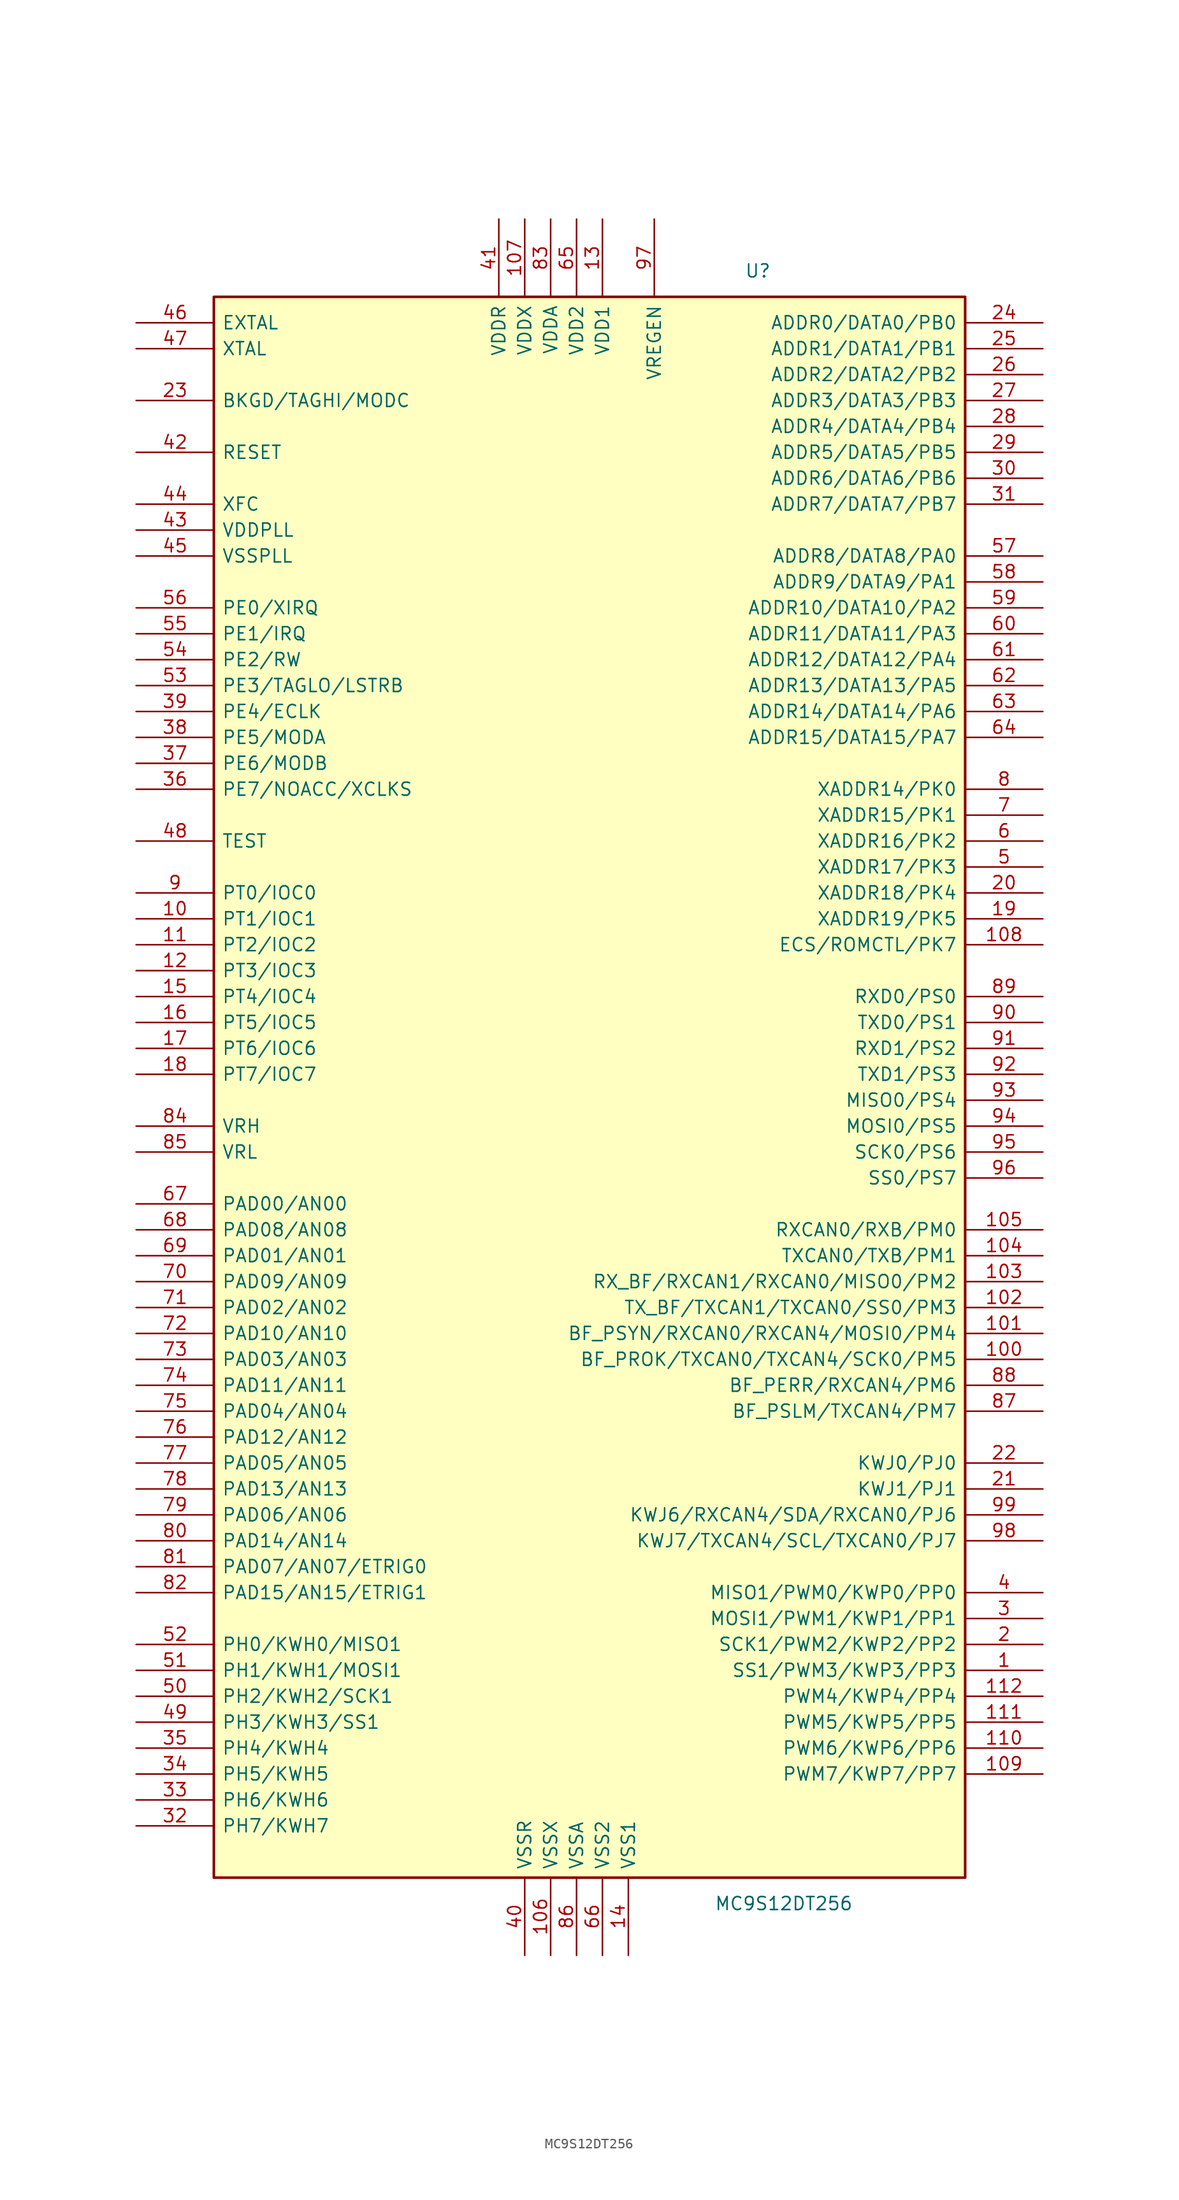
<source format=kicad_sym>
(kicad_symbol_lib
  (version 20211014)
  (generator kicad_symbol_editor)
  (symbol "MC9S12DT256"
    (pin_names
      (offset 0.762))
    (property "Reference" "U"
      (at 17.78 86.36 0)
      (effects (font (size 1.27 1.27))))
    (property "Value" "MC9S12DT256"
      (at 20.32 -73.66 0)
      (effects (font (size 1.27 1.27))))
    (symbol "MC9S12DT256_0_1"
      (rectangle (start -35.56 83.82) (end 38.1 -71.12) (stroke (width 0.254) (type default) (color 0 0 0 0)) (fill (type background))))
    (symbol "MC9S12DT256_1_1"
      (pin bidirectional line (at 45.72 -50.8 180) (length 7.62) (name "SS1/PWM3/KWP3/PP3" (effects (font (size 1.27 1.27)))) (number "1" (effects (font (size 1.27 1.27)))))
      (pin bidirectional line (at -43.18 22.86 0) (length 7.62) (name "PT1/IOC1" (effects (font (size 1.27 1.27)))) (number "10" (effects (font (size 1.27 1.27)))))
      (pin bidirectional line (at 45.72 -20.32 180) (length 7.62) (name "BF_PROK/TXCAN0/TXCAN4/SCK0/PM5" (effects (font (size 1.27 1.27)))) (number "100" (effects (font (size 1.27 1.27)))))
      (pin bidirectional line (at 45.72 -17.78 180) (length 7.62) (name "BF_PSYN/RXCAN0/RXCAN4/MOSI0/PM4" (effects (font (size 1.27 1.27)))) (number "101" (effects (font (size 1.27 1.27)))))
      (pin bidirectional line (at 45.72 -15.24 180) (length 7.62) (name "TX_BF/TXCAN1/TXCAN0/SS0/PM3" (effects (font (size 1.27 1.27)))) (number "102" (effects (font (size 1.27 1.27)))))
      (pin bidirectional line (at 45.72 -12.7 180) (length 7.62) (name "RX_BF/RXCAN1/RXCAN0/MISO0/PM2" (effects (font (size 1.27 1.27)))) (number "103" (effects (font (size 1.27 1.27)))))
      (pin bidirectional line (at 45.72 -10.16 180) (length 7.62) (name "TXCAN0/TXB/PM1" (effects (font (size 1.27 1.27)))) (number "104" (effects (font (size 1.27 1.27)))))
      (pin bidirectional line (at 45.72 -7.62 180) (length 7.62) (name "RXCAN0/RXB/PM0" (effects (font (size 1.27 1.27)))) (number "105" (effects (font (size 1.27 1.27)))))
      (pin power_in line (at -2.54 -78.74 90) (length 7.62) (name "VSSX" (effects (font (size 1.27 1.27)))) (number "106" (effects (font (size 1.27 1.27)))))
      (pin power_in line (at -5.08 91.44 270) (length 7.62) (name "VDDX" (effects (font (size 1.27 1.27)))) (number "107" (effects (font (size 1.27 1.27)))))
      (pin bidirectional line (at 45.72 20.32 180) (length 7.62) (name "ECS/ROMCTL/PK7" (effects (font (size 1.27 1.27)))) (number "108" (effects (font (size 1.27 1.27)))))
      (pin bidirectional line (at 45.72 -60.96 180) (length 7.62) (name "PWM7/KWP7/PP7" (effects (font (size 1.27 1.27)))) (number "109" (effects (font (size 1.27 1.27)))))
      (pin bidirectional line (at -43.18 20.32 0) (length 7.62) (name "PT2/IOC2" (effects (font (size 1.27 1.27)))) (number "11" (effects (font (size 1.27 1.27)))))
      (pin bidirectional line (at 45.72 -58.42 180) (length 7.62) (name "PWM6/KWP6/PP6" (effects (font (size 1.27 1.27)))) (number "110" (effects (font (size 1.27 1.27)))))
      (pin bidirectional line (at 45.72 -55.88 180) (length 7.62) (name "PWM5/KWP5/PP5" (effects (font (size 1.27 1.27)))) (number "111" (effects (font (size 1.27 1.27)))))
      (pin bidirectional line (at 45.72 -53.34 180) (length 7.62) (name "PWM4/KWP4/PP4" (effects (font (size 1.27 1.27)))) (number "112" (effects (font (size 1.27 1.27)))))
      (pin bidirectional line (at -43.18 17.78 0) (length 7.62) (name "PT3/IOC3" (effects (font (size 1.27 1.27)))) (number "12" (effects (font (size 1.27 1.27)))))
      (pin power_in line (at 2.54 91.44 270) (length 7.62) (name "VDD1" (effects (font (size 1.27 1.27)))) (number "13" (effects (font (size 1.27 1.27)))))
      (pin power_in line (at 5.08 -78.74 90) (length 7.62) (name "VSS1" (effects (font (size 1.27 1.27)))) (number "14" (effects (font (size 1.27 1.27)))))
      (pin bidirectional line (at -43.18 15.24 0) (length 7.62) (name "PT4/IOC4" (effects (font (size 1.27 1.27)))) (number "15" (effects (font (size 1.27 1.27)))))
      (pin bidirectional line (at -43.18 12.7 0) (length 7.62) (name "PT5/IOC5" (effects (font (size 1.27 1.27)))) (number "16" (effects (font (size 1.27 1.27)))))
      (pin bidirectional line (at -43.18 10.16 0) (length 7.62) (name "PT6/IOC6" (effects (font (size 1.27 1.27)))) (number "17" (effects (font (size 1.27 1.27)))))
      (pin bidirectional line (at -43.18 7.62 0) (length 7.62) (name "PT7/IOC7" (effects (font (size 1.27 1.27)))) (number "18" (effects (font (size 1.27 1.27)))))
      (pin bidirectional line (at 45.72 22.86 180) (length 7.62) (name "XADDR19/PK5" (effects (font (size 1.27 1.27)))) (number "19" (effects (font (size 1.27 1.27)))))
      (pin bidirectional line (at 45.72 -48.26 180) (length 7.62) (name "SCK1/PWM2/KWP2/PP2" (effects (font (size 1.27 1.27)))) (number "2" (effects (font (size 1.27 1.27)))))
      (pin bidirectional line (at 45.72 25.4 180) (length 7.62) (name "XADDR18/PK4" (effects (font (size 1.27 1.27)))) (number "20" (effects (font (size 1.27 1.27)))))
      (pin bidirectional line (at 45.72 -33.02 180) (length 7.62) (name "KWJ1/PJ1" (effects (font (size 1.27 1.27)))) (number "21" (effects (font (size 1.27 1.27)))))
      (pin bidirectional line (at 45.72 -30.48 180) (length 7.62) (name "KWJ0/PJ0" (effects (font (size 1.27 1.27)))) (number "22" (effects (font (size 1.27 1.27)))))
      (pin bidirectional line (at -43.18 73.66 0) (length 7.62) (name "BKGD/TAGHI/MODC" (effects (font (size 1.27 1.27)))) (number "23" (effects (font (size 1.27 1.27)))))
      (pin bidirectional line (at 45.72 81.28 180) (length 7.62) (name "ADDR0/DATA0/PB0" (effects (font (size 1.27 1.27)))) (number "24" (effects (font (size 1.27 1.27)))))
      (pin bidirectional line (at 45.72 78.74 180) (length 7.62) (name "ADDR1/DATA1/PB1" (effects (font (size 1.27 1.27)))) (number "25" (effects (font (size 1.27 1.27)))))
      (pin bidirectional line (at 45.72 76.2 180) (length 7.62) (name "ADDR2/DATA2/PB2" (effects (font (size 1.27 1.27)))) (number "26" (effects (font (size 1.27 1.27)))))
      (pin bidirectional line (at 45.72 73.66 180) (length 7.62) (name "ADDR3/DATA3/PB3" (effects (font (size 1.27 1.27)))) (number "27" (effects (font (size 1.27 1.27)))))
      (pin bidirectional line (at 45.72 71.12 180) (length 7.62) (name "ADDR4/DATA4/PB4" (effects (font (size 1.27 1.27)))) (number "28" (effects (font (size 1.27 1.27)))))
      (pin bidirectional line (at 45.72 68.58 180) (length 7.62) (name "ADDR5/DATA5/PB5" (effects (font (size 1.27 1.27)))) (number "29" (effects (font (size 1.27 1.27)))))
      (pin bidirectional line (at 45.72 -45.72 180) (length 7.62) (name "MOSI1/PWM1/KWP1/PP1" (effects (font (size 1.27 1.27)))) (number "3" (effects (font (size 1.27 1.27)))))
      (pin bidirectional line (at 45.72 66.04 180) (length 7.62) (name "ADDR6/DATA6/PB6" (effects (font (size 1.27 1.27)))) (number "30" (effects (font (size 1.27 1.27)))))
      (pin bidirectional line (at 45.72 63.5 180) (length 7.62) (name "ADDR7/DATA7/PB7" (effects (font (size 1.27 1.27)))) (number "31" (effects (font (size 1.27 1.27)))))
      (pin bidirectional line (at -43.18 -66.04 0) (length 7.62) (name "PH7/KWH7" (effects (font (size 1.27 1.27)))) (number "32" (effects (font (size 1.27 1.27)))))
      (pin bidirectional line (at -43.18 -63.5 0) (length 7.62) (name "PH6/KWH6" (effects (font (size 1.27 1.27)))) (number "33" (effects (font (size 1.27 1.27)))))
      (pin bidirectional line (at -43.18 -60.96 0) (length 7.62) (name "PH5/KWH5" (effects (font (size 1.27 1.27)))) (number "34" (effects (font (size 1.27 1.27)))))
      (pin bidirectional line (at -43.18 -58.42 0) (length 7.62) (name "PH4/KWH4" (effects (font (size 1.27 1.27)))) (number "35" (effects (font (size 1.27 1.27)))))
      (pin bidirectional line (at -43.18 35.56 0) (length 7.62) (name "PE7/NOACC/XCLKS" (effects (font (size 1.27 1.27)))) (number "36" (effects (font (size 1.27 1.27)))))
      (pin bidirectional line (at -43.18 38.1 0) (length 7.62) (name "PE6/MODB" (effects (font (size 1.27 1.27)))) (number "37" (effects (font (size 1.27 1.27)))))
      (pin bidirectional line (at -43.18 40.64 0) (length 7.62) (name "PE5/MODA" (effects (font (size 1.27 1.27)))) (number "38" (effects (font (size 1.27 1.27)))))
      (pin bidirectional line (at -43.18 43.18 0) (length 7.62) (name "PE4/ECLK" (effects (font (size 1.27 1.27)))) (number "39" (effects (font (size 1.27 1.27)))))
      (pin bidirectional line (at 45.72 -43.18 180) (length 7.62) (name "MISO1/PWM0/KWP0/PP0" (effects (font (size 1.27 1.27)))) (number "4" (effects (font (size 1.27 1.27)))))
      (pin power_in line (at -5.08 -78.74 90) (length 7.62) (name "VSSR" (effects (font (size 1.27 1.27)))) (number "40" (effects (font (size 1.27 1.27)))))
      (pin power_in line (at -7.62 91.44 270) (length 7.62) (name "VDDR" (effects (font (size 1.27 1.27)))) (number "41" (effects (font (size 1.27 1.27)))))
      (pin bidirectional line (at -43.18 68.58 0) (length 7.62) (name "RESET" (effects (font (size 1.27 1.27)))) (number "42" (effects (font (size 1.27 1.27)))))
      (pin power_in line (at -43.18 60.96 0) (length 7.62) (name "VDDPLL" (effects (font (size 1.27 1.27)))) (number "43" (effects (font (size 1.27 1.27)))))
      (pin bidirectional line (at -43.18 63.5 0) (length 7.62) (name "XFC" (effects (font (size 1.27 1.27)))) (number "44" (effects (font (size 1.27 1.27)))))
      (pin bidirectional line (at -43.18 58.42 0) (length 7.62) (name "VSSPLL" (effects (font (size 1.27 1.27)))) (number "45" (effects (font (size 1.27 1.27)))))
      (pin input line (at -43.18 81.28 0) (length 7.62) (name "EXTAL" (effects (font (size 1.27 1.27)))) (number "46" (effects (font (size 1.27 1.27)))))
      (pin output line (at -43.18 78.74 0) (length 7.62) (name "XTAL" (effects (font (size 1.27 1.27)))) (number "47" (effects (font (size 1.27 1.27)))))
      (pin input line (at -43.18 30.48 0) (length 7.62) (name "TEST" (effects (font (size 1.27 1.27)))) (number "48" (effects (font (size 1.27 1.27)))))
      (pin bidirectional line (at -43.18 -55.88 0) (length 7.62) (name "PH3/KWH3/SS1" (effects (font (size 1.27 1.27)))) (number "49" (effects (font (size 1.27 1.27)))))
      (pin bidirectional line (at 45.72 27.94 180) (length 7.62) (name "XADDR17/PK3" (effects (font (size 1.27 1.27)))) (number "5" (effects (font (size 1.27 1.27)))))
      (pin bidirectional line (at -43.18 -53.34 0) (length 7.62) (name "PH2/KWH2/SCK1" (effects (font (size 1.27 1.27)))) (number "50" (effects (font (size 1.27 1.27)))))
      (pin bidirectional line (at -43.18 -50.8 0) (length 7.62) (name "PH1/KWH1/MOSI1" (effects (font (size 1.27 1.27)))) (number "51" (effects (font (size 1.27 1.27)))))
      (pin bidirectional line (at -43.18 -48.26 0) (length 7.62) (name "PH0/KWH0/MISO1" (effects (font (size 1.27 1.27)))) (number "52" (effects (font (size 1.27 1.27)))))
      (pin bidirectional line (at -43.18 45.72 0) (length 7.62) (name "PE3/TAGLO/LSTRB" (effects (font (size 1.27 1.27)))) (number "53" (effects (font (size 1.27 1.27)))))
      (pin bidirectional line (at -43.18 48.26 0) (length 7.62) (name "PE2/RW" (effects (font (size 1.27 1.27)))) (number "54" (effects (font (size 1.27 1.27)))))
      (pin input line (at -43.18 50.8 0) (length 7.62) (name "PE1/IRQ" (effects (font (size 1.27 1.27)))) (number "55" (effects (font (size 1.27 1.27)))))
      (pin input line (at -43.18 53.34 0) (length 7.62) (name "PE0/XIRQ" (effects (font (size 1.27 1.27)))) (number "56" (effects (font (size 1.27 1.27)))))
      (pin bidirectional line (at 45.72 58.42 180) (length 7.62) (name "ADDR8/DATA8/PA0" (effects (font (size 1.27 1.27)))) (number "57" (effects (font (size 1.27 1.27)))))
      (pin bidirectional line (at 45.72 55.88 180) (length 7.62) (name "ADDR9/DATA9/PA1" (effects (font (size 1.27 1.27)))) (number "58" (effects (font (size 1.27 1.27)))))
      (pin bidirectional line (at 45.72 53.34 180) (length 7.62) (name "ADDR10/DATA10/PA2" (effects (font (size 1.27 1.27)))) (number "59" (effects (font (size 1.27 1.27)))))
      (pin bidirectional line (at 45.72 30.48 180) (length 7.62) (name "XADDR16/PK2" (effects (font (size 1.27 1.27)))) (number "6" (effects (font (size 1.27 1.27)))))
      (pin bidirectional line (at 45.72 50.8 180) (length 7.62) (name "ADDR11/DATA11/PA3" (effects (font (size 1.27 1.27)))) (number "60" (effects (font (size 1.27 1.27)))))
      (pin bidirectional line (at 45.72 48.26 180) (length 7.62) (name "ADDR12/DATA12/PA4" (effects (font (size 1.27 1.27)))) (number "61" (effects (font (size 1.27 1.27)))))
      (pin bidirectional line (at 45.72 45.72 180) (length 7.62) (name "ADDR13/DATA13/PA5" (effects (font (size 1.27 1.27)))) (number "62" (effects (font (size 1.27 1.27)))))
      (pin bidirectional line (at 45.72 43.18 180) (length 7.62) (name "ADDR14/DATA14/PA6" (effects (font (size 1.27 1.27)))) (number "63" (effects (font (size 1.27 1.27)))))
      (pin bidirectional line (at 45.72 40.64 180) (length 7.62) (name "ADDR15/DATA15/PA7" (effects (font (size 1.27 1.27)))) (number "64" (effects (font (size 1.27 1.27)))))
      (pin power_in line (at 0 91.44 270) (length 7.62) (name "VDD2" (effects (font (size 1.27 1.27)))) (number "65" (effects (font (size 1.27 1.27)))))
      (pin power_in line (at 2.54 -78.74 90) (length 7.62) (name "VSS2" (effects (font (size 1.27 1.27)))) (number "66" (effects (font (size 1.27 1.27)))))
      (pin input line (at -43.18 -5.08 0) (length 7.62) (name "PAD00/AN00" (effects (font (size 1.27 1.27)))) (number "67" (effects (font (size 1.27 1.27)))))
      (pin input line (at -43.18 -7.62 0) (length 7.62) (name "PAD08/AN08" (effects (font (size 1.27 1.27)))) (number "68" (effects (font (size 1.27 1.27)))))
      (pin input line (at -43.18 -10.16 0) (length 7.62) (name "PAD01/AN01" (effects (font (size 1.27 1.27)))) (number "69" (effects (font (size 1.27 1.27)))))
      (pin bidirectional line (at 45.72 33.02 180) (length 7.62) (name "XADDR15/PK1" (effects (font (size 1.27 1.27)))) (number "7" (effects (font (size 1.27 1.27)))))
      (pin input line (at -43.18 -12.7 0) (length 7.62) (name "PAD09/AN09" (effects (font (size 1.27 1.27)))) (number "70" (effects (font (size 1.27 1.27)))))
      (pin input line (at -43.18 -15.24 0) (length 7.62) (name "PAD02/AN02" (effects (font (size 1.27 1.27)))) (number "71" (effects (font (size 1.27 1.27)))))
      (pin input line (at -43.18 -17.78 0) (length 7.62) (name "PAD10/AN10" (effects (font (size 1.27 1.27)))) (number "72" (effects (font (size 1.27 1.27)))))
      (pin input line (at -43.18 -20.32 0) (length 7.62) (name "PAD03/AN03" (effects (font (size 1.27 1.27)))) (number "73" (effects (font (size 1.27 1.27)))))
      (pin input line (at -43.18 -22.86 0) (length 7.62) (name "PAD11/AN11" (effects (font (size 1.27 1.27)))) (number "74" (effects (font (size 1.27 1.27)))))
      (pin input line (at -43.18 -25.4 0) (length 7.62) (name "PAD04/AN04" (effects (font (size 1.27 1.27)))) (number "75" (effects (font (size 1.27 1.27)))))
      (pin input line (at -43.18 -27.94 0) (length 7.62) (name "PAD12/AN12" (effects (font (size 1.27 1.27)))) (number "76" (effects (font (size 1.27 1.27)))))
      (pin input line (at -43.18 -30.48 0) (length 7.62) (name "PAD05/AN05" (effects (font (size 1.27 1.27)))) (number "77" (effects (font (size 1.27 1.27)))))
      (pin input line (at -43.18 -33.02 0) (length 7.62) (name "PAD13/AN13" (effects (font (size 1.27 1.27)))) (number "78" (effects (font (size 1.27 1.27)))))
      (pin input line (at -43.18 -35.56 0) (length 7.62) (name "PAD06/AN06" (effects (font (size 1.27 1.27)))) (number "79" (effects (font (size 1.27 1.27)))))
      (pin bidirectional line (at 45.72 35.56 180) (length 7.62) (name "XADDR14/PK0" (effects (font (size 1.27 1.27)))) (number "8" (effects (font (size 1.27 1.27)))))
      (pin input line (at -43.18 -38.1 0) (length 7.62) (name "PAD14/AN14" (effects (font (size 1.27 1.27)))) (number "80" (effects (font (size 1.27 1.27)))))
      (pin input line (at -43.18 -40.64 0) (length 7.62) (name "PAD07/AN07/ETRIG0" (effects (font (size 1.27 1.27)))) (number "81" (effects (font (size 1.27 1.27)))))
      (pin input line (at -43.18 -43.18 0) (length 7.62) (name "PAD15/AN15/ETRIG1" (effects (font (size 1.27 1.27)))) (number "82" (effects (font (size 1.27 1.27)))))
      (pin power_in line (at -2.54 91.44 270) (length 7.62) (name "VDDA" (effects (font (size 1.27 1.27)))) (number "83" (effects (font (size 1.27 1.27)))))
      (pin passive line (at -43.18 2.54 0) (length 7.62) (name "VRH" (effects (font (size 1.27 1.27)))) (number "84" (effects (font (size 1.27 1.27)))))
      (pin passive line (at -43.18 0 0) (length 7.62) (name "VRL" (effects (font (size 1.27 1.27)))) (number "85" (effects (font (size 1.27 1.27)))))
      (pin power_in line (at 0 -78.74 90) (length 7.62) (name "VSSA" (effects (font (size 1.27 1.27)))) (number "86" (effects (font (size 1.27 1.27)))))
      (pin bidirectional line (at 45.72 -25.4 180) (length 7.62) (name "BF_PSLM/TXCAN4/PM7" (effects (font (size 1.27 1.27)))) (number "87" (effects (font (size 1.27 1.27)))))
      (pin bidirectional line (at 45.72 -22.86 180) (length 7.62) (name "BF_PERR/RXCAN4/PM6" (effects (font (size 1.27 1.27)))) (number "88" (effects (font (size 1.27 1.27)))))
      (pin bidirectional line (at 45.72 15.24 180) (length 7.62) (name "RXD0/PS0" (effects (font (size 1.27 1.27)))) (number "89" (effects (font (size 1.27 1.27)))))
      (pin bidirectional line (at -43.18 25.4 0) (length 7.62) (name "PT0/IOC0" (effects (font (size 1.27 1.27)))) (number "9" (effects (font (size 1.27 1.27)))))
      (pin bidirectional line (at 45.72 12.7 180) (length 7.62) (name "TXD0/PS1" (effects (font (size 1.27 1.27)))) (number "90" (effects (font (size 1.27 1.27)))))
      (pin bidirectional line (at 45.72 10.16 180) (length 7.62) (name "RXD1/PS2" (effects (font (size 1.27 1.27)))) (number "91" (effects (font (size 1.27 1.27)))))
      (pin bidirectional line (at 45.72 7.62 180) (length 7.62) (name "TXD1/PS3" (effects (font (size 1.27 1.27)))) (number "92" (effects (font (size 1.27 1.27)))))
      (pin bidirectional line (at 45.72 5.08 180) (length 7.62) (name "MISO0/PS4" (effects (font (size 1.27 1.27)))) (number "93" (effects (font (size 1.27 1.27)))))
      (pin bidirectional line (at 45.72 2.54 180) (length 7.62) (name "MOSI0/PS5" (effects (font (size 1.27 1.27)))) (number "94" (effects (font (size 1.27 1.27)))))
      (pin bidirectional line (at 45.72 0 180) (length 7.62) (name "SCK0/PS6" (effects (font (size 1.27 1.27)))) (number "95" (effects (font (size 1.27 1.27)))))
      (pin bidirectional line (at 45.72 -2.54 180) (length 7.62) (name "SS0/PS7" (effects (font (size 1.27 1.27)))) (number "96" (effects (font (size 1.27 1.27)))))
      (pin input line (at 7.62 91.44 270) (length 7.62) (name "VREGEN" (effects (font (size 1.27 1.27)))) (number "97" (effects (font (size 1.27 1.27)))))
      (pin bidirectional line (at 45.72 -38.1 180) (length 7.62) (name "KWJ7/TXCAN4/SCL/TXCAN0/PJ7" (effects (font (size 1.27 1.27)))) (number "98" (effects (font (size 1.27 1.27)))))
      (pin bidirectional line (at 45.72 -35.56 180) (length 7.62) (name "KWJ6/RXCAN4/SDA/RXCAN0/PJ6" (effects (font (size 1.27 1.27)))) (number "99" (effects (font (size 1.27 1.27))))))))
</source>
